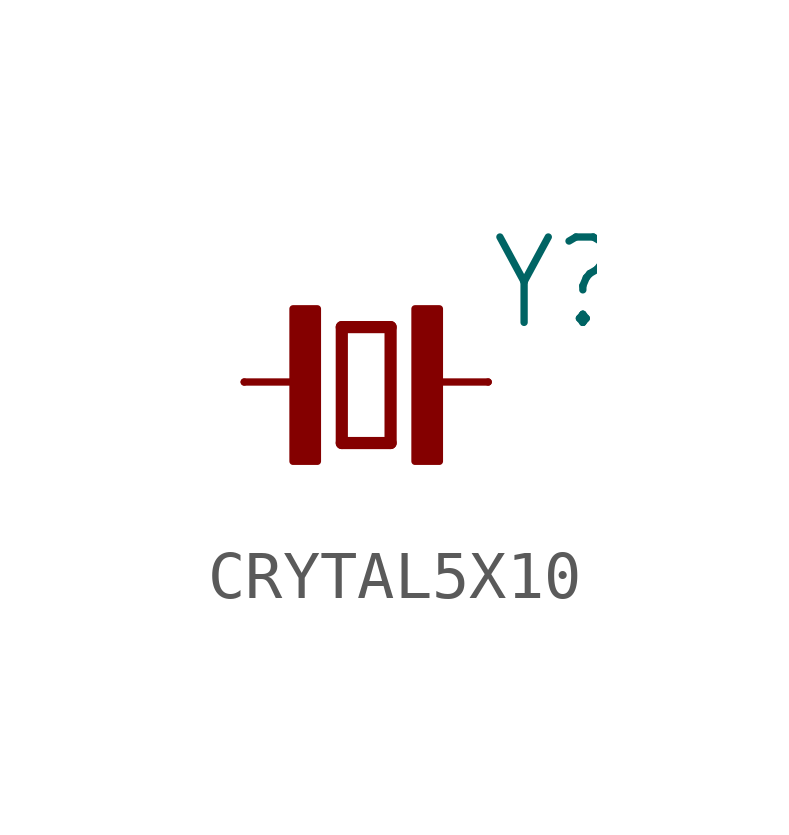
<source format=kicad_sym>
(kicad_symbol_lib
  (version 20231120)
  (generator "kicad_symbol_editor")
  (generator_version "8.0")
  (symbol "CRYTAL5X10"
    (property "Reference" "Y"
      (at 2.54 1.016 0)
      (effects (font (size 1.778 1.511)) (justify left bottom)))
    (property "Value" ""
      (at 2.54 -2.54 0)
      (effects (font (size 1.778 1.511)) (justify left bottom)))
    (property "ki_locked" ""
      (at 0 0 0)
      (effects (font (size 1.27 1.27))))
    (symbol "CRYTAL5X10_1_0"
      (rectangle (start -1.524 -1.651) (end -1.016 1.524) (stroke (width 0) (type default)) (fill (type outline)))
      (polyline (pts (xy -2.54 0) (xy -1.143 0)) (stroke (width 0.152) (type solid)) (fill (type none)))
      (polyline (pts (xy -0.508 -1.27) (xy 0.508 -1.27)) (stroke (width 0.254) (type solid)) (fill (type none)))
      (polyline (pts (xy -0.508 1.143) (xy -0.508 -1.27)) (stroke (width 0.254) (type solid)) (fill (type none)))
      (polyline (pts (xy 0.508 -1.27) (xy 0.508 1.143)) (stroke (width 0.254) (type solid)) (fill (type none)))
      (polyline (pts (xy 0.508 1.143) (xy -0.508 1.143)) (stroke (width 0.254) (type solid)) (fill (type none)))
      (polyline (pts (xy 1.143 0) (xy 2.54 0)) (stroke (width 0.152) (type solid)) (fill (type none)))
      (rectangle (start 1.016 -1.651) (end 1.524 1.524) (stroke (width 0) (type default)) (fill (type outline)))
      (pin passive line (at -2.54 0 0) (length 0) (name "1" (effects (font (size 0 0)))) (number "1" (effects (font (size 0 0)))))
      (pin passive line (at 2.54 0 180) (length 0) (name "2" (effects (font (size 0 0)))) (number "2" (effects (font (size 0 0))))))))
</source>
